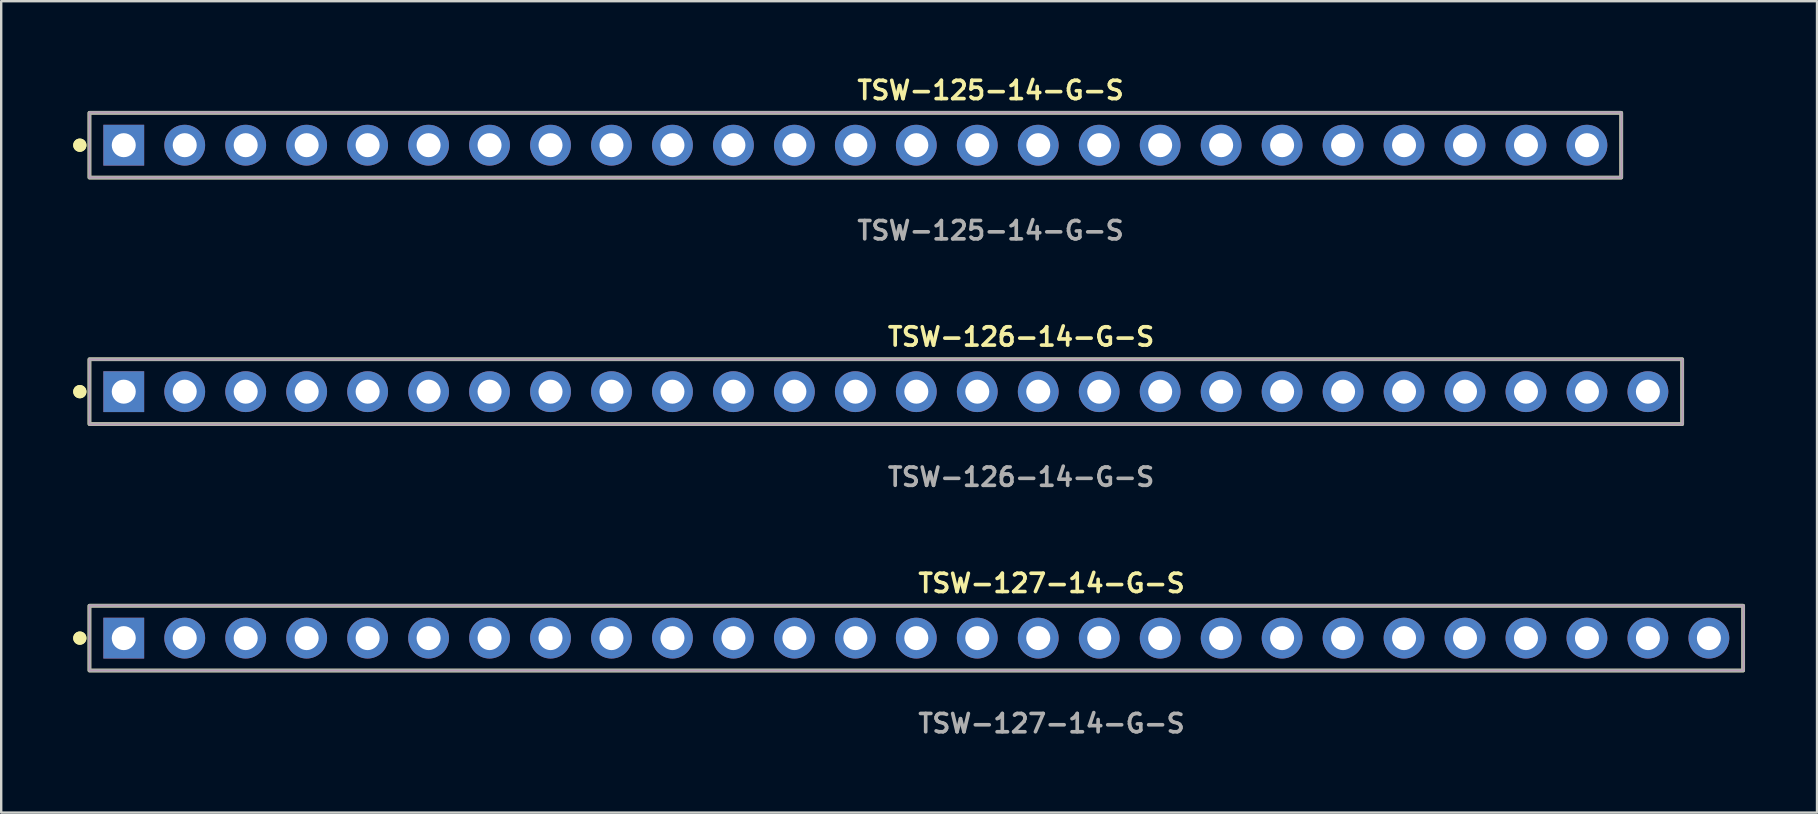
<source format=kicad_pcb>
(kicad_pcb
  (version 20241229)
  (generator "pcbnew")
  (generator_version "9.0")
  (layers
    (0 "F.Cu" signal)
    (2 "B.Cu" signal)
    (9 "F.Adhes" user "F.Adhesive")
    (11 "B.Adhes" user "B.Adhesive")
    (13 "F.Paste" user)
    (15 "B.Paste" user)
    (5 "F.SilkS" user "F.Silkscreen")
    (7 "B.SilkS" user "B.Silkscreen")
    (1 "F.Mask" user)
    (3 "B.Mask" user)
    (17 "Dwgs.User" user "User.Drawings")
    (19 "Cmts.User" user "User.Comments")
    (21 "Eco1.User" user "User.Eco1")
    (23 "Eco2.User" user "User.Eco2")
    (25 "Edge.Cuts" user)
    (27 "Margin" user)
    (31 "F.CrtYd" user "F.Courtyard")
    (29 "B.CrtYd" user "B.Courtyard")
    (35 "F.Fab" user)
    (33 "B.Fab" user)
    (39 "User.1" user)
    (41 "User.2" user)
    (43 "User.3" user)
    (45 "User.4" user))
  (footprint "TSW-125-14-G-S"
    (layer "F.Cu")
    (at 32.586 2.999)
    (property "Reference" "TSW-125-14-G-S" (at 0 -2.286 0) (unlocked yes) (layer "F.SilkS") (effects (font (size 0.762 0.762) (thickness 0.152)) (justify left)))
    (fp_rect (start -31.91 1.35) (end 31.91 -1.35) (stroke (width 0.152) (type solid)) (fill no) (layer "F.SilkS"))
    (fp_circle (center -32.31 0) (end -32.51 0) (stroke (width 0.152) (type solid)) (fill yes) (layer "F.SilkS"))
    (fp_circle (center -32.31 0) (end -32.51 0) (stroke (width 0.152) (type solid)) (fill yes) (layer "F.SilkS"))
    (fp_rect (start -31.91 1.35) (end 31.91 -1.35) (stroke (width 0.006) (type solid)) (fill no) (layer "F.CrtYd"))
    (fp_rect (start -31.91 1.35) (end 31.91 -1.35) (stroke (width 0.152) (type solid)) (fill no) (layer "F.Fab"))
    (fp_text user "${REFERENCE}" (at 0 3.556 0) (unlocked yes) (layer "F.Fab") (effects (font (size 0.762 0.762) (thickness 0.152)) (justify left)))
    (pad "1" thru_hole rect (at -30.48 0) (size 1.7 1.7) (drill 1) (layers "*.Cu" "*.Mask"))
    (pad "2" thru_hole circle (at -27.94 0) (size 1.7 1.7) (drill 1) (layers "*.Cu" "*.Mask"))
    (pad "3" thru_hole circle (at -25.4 0) (size 1.7 1.7) (drill 1) (layers "*.Cu" "*.Mask"))
    (pad "4" thru_hole circle (at -22.86 0) (size 1.7 1.7) (drill 1) (layers "*.Cu" "*.Mask"))
    (pad "5" thru_hole circle (at -20.32 0) (size 1.7 1.7) (drill 1) (layers "*.Cu" "*.Mask"))
    (pad "6" thru_hole circle (at -17.78 0) (size 1.7 1.7) (drill 1) (layers "*.Cu" "*.Mask"))
    (pad "7" thru_hole circle (at -15.24 0) (size 1.7 1.7) (drill 1) (layers "*.Cu" "*.Mask"))
    (pad "8" thru_hole circle (at -12.7 0) (size 1.7 1.7) (drill 1) (layers "*.Cu" "*.Mask"))
    (pad "9" thru_hole circle (at -10.16 0) (size 1.7 1.7) (drill 1) (layers "*.Cu" "*.Mask"))
    (pad "10" thru_hole circle (at -7.62 0) (size 1.7 1.7) (drill 1) (layers "*.Cu" "*.Mask"))
    (pad "11" thru_hole circle (at -5.08 0) (size 1.7 1.7) (drill 1) (layers "*.Cu" "*.Mask"))
    (pad "12" thru_hole circle (at -2.54 0) (size 1.7 1.7) (drill 1) (layers "*.Cu" "*.Mask"))
    (pad "13" thru_hole circle (at 0 0) (size 1.7 1.7) (drill 1) (layers "*.Cu" "*.Mask"))
    (pad "14" thru_hole circle (at 2.54 0) (size 1.7 1.7) (drill 1) (layers "*.Cu" "*.Mask"))
    (pad "15" thru_hole circle (at 5.08 0) (size 1.7 1.7) (drill 1) (layers "*.Cu" "*.Mask"))
    (pad "16" thru_hole circle (at 7.62 0) (size 1.7 1.7) (drill 1) (layers "*.Cu" "*.Mask"))
    (pad "17" thru_hole circle (at 10.16 0) (size 1.7 1.7) (drill 1) (layers "*.Cu" "*.Mask"))
    (pad "18" thru_hole circle (at 12.7 0) (size 1.7 1.7) (drill 1) (layers "*.Cu" "*.Mask"))
    (pad "19" thru_hole circle (at 15.24 0) (size 1.7 1.7) (drill 1) (layers "*.Cu" "*.Mask"))
    (pad "20" thru_hole circle (at 17.78 0) (size 1.7 1.7) (drill 1) (layers "*.Cu" "*.Mask"))
    (pad "21" thru_hole circle (at 20.32 0) (size 1.7 1.7) (drill 1) (layers "*.Cu" "*.Mask"))
    (pad "22" thru_hole circle (at 22.86 0) (size 1.7 1.7) (drill 1) (layers "*.Cu" "*.Mask"))
    (pad "23" thru_hole circle (at 25.4 0) (size 1.7 1.7) (drill 1) (layers "*.Cu" "*.Mask"))
    (pad "24" thru_hole circle (at 27.94 0) (size 1.7 1.7) (drill 1) (layers "*.Cu" "*.Mask"))
    (pad "25" thru_hole circle (at 30.48 0) (size 1.7 1.7) (drill 1) (layers "*.Cu" "*.Mask")))
  (footprint "TSW-127-14-G-S"
    (layer "F.Cu")
    (at 35.126 23.536)
    (property "Reference" "TSW-127-14-G-S" (at 0 -2.286 0) (unlocked yes) (layer "F.SilkS") (effects (font (size 0.762 0.762) (thickness 0.152)) (justify left)))
    (fp_rect (start -34.45 1.35) (end 34.45 -1.35) (stroke (width 0.152) (type solid)) (fill no) (layer "F.SilkS"))
    (fp_circle (center -34.85 0) (end -35.05 0) (stroke (width 0.152) (type solid)) (fill yes) (layer "F.SilkS"))
    (fp_circle (center -34.85 0) (end -35.05 0) (stroke (width 0.152) (type solid)) (fill yes) (layer "F.SilkS"))
    (fp_rect (start -34.45 1.35) (end 34.45 -1.35) (stroke (width 0.006) (type solid)) (fill no) (layer "F.CrtYd"))
    (fp_rect (start -34.45 1.35) (end 34.45 -1.35) (stroke (width 0.152) (type solid)) (fill no) (layer "F.Fab"))
    (fp_text user "${REFERENCE}" (at 0 3.556 0) (unlocked yes) (layer "F.Fab") (effects (font (size 0.762 0.762) (thickness 0.152)) (justify left)))
    (pad "1" thru_hole rect (at -33.02 0) (size 1.7 1.7) (drill 1) (layers "*.Cu" "*.Mask"))
    (pad "2" thru_hole circle (at -30.48 0) (size 1.7 1.7) (drill 1) (layers "*.Cu" "*.Mask"))
    (pad "3" thru_hole circle (at -27.94 0) (size 1.7 1.7) (drill 1) (layers "*.Cu" "*.Mask"))
    (pad "4" thru_hole circle (at -25.4 0) (size 1.7 1.7) (drill 1) (layers "*.Cu" "*.Mask"))
    (pad "5" thru_hole circle (at -22.86 0) (size 1.7 1.7) (drill 1) (layers "*.Cu" "*.Mask"))
    (pad "6" thru_hole circle (at -20.32 0) (size 1.7 1.7) (drill 1) (layers "*.Cu" "*.Mask"))
    (pad "7" thru_hole circle (at -17.78 0) (size 1.7 1.7) (drill 1) (layers "*.Cu" "*.Mask"))
    (pad "8" thru_hole circle (at -15.24 0) (size 1.7 1.7) (drill 1) (layers "*.Cu" "*.Mask"))
    (pad "9" thru_hole circle (at -12.7 0) (size 1.7 1.7) (drill 1) (layers "*.Cu" "*.Mask"))
    (pad "10" thru_hole circle (at -10.16 0) (size 1.7 1.7) (drill 1) (layers "*.Cu" "*.Mask"))
    (pad "11" thru_hole circle (at -7.62 0) (size 1.7 1.7) (drill 1) (layers "*.Cu" "*.Mask"))
    (pad "12" thru_hole circle (at -5.08 0) (size 1.7 1.7) (drill 1) (layers "*.Cu" "*.Mask"))
    (pad "13" thru_hole circle (at -2.54 0) (size 1.7 1.7) (drill 1) (layers "*.Cu" "*.Mask"))
    (pad "14" thru_hole circle (at 0 0) (size 1.7 1.7) (drill 1) (layers "*.Cu" "*.Mask"))
    (pad "15" thru_hole circle (at 2.54 0) (size 1.7 1.7) (drill 1) (layers "*.Cu" "*.Mask"))
    (pad "16" thru_hole circle (at 5.08 0) (size 1.7 1.7) (drill 1) (layers "*.Cu" "*.Mask"))
    (pad "17" thru_hole circle (at 7.62 0) (size 1.7 1.7) (drill 1) (layers "*.Cu" "*.Mask"))
    (pad "18" thru_hole circle (at 10.16 0) (size 1.7 1.7) (drill 1) (layers "*.Cu" "*.Mask"))
    (pad "19" thru_hole circle (at 12.7 0) (size 1.7 1.7) (drill 1) (layers "*.Cu" "*.Mask"))
    (pad "20" thru_hole circle (at 15.24 0) (size 1.7 1.7) (drill 1) (layers "*.Cu" "*.Mask"))
    (pad "21" thru_hole circle (at 17.78 0) (size 1.7 1.7) (drill 1) (layers "*.Cu" "*.Mask"))
    (pad "22" thru_hole circle (at 20.32 0) (size 1.7 1.7) (drill 1) (layers "*.Cu" "*.Mask"))
    (pad "23" thru_hole circle (at 22.86 0) (size 1.7 1.7) (drill 1) (layers "*.Cu" "*.Mask"))
    (pad "24" thru_hole circle (at 25.4 0) (size 1.7 1.7) (drill 1) (layers "*.Cu" "*.Mask"))
    (pad "25" thru_hole circle (at 27.94 0) (size 1.7 1.7) (drill 1) (layers "*.Cu" "*.Mask"))
    (pad "26" thru_hole circle (at 30.48 0) (size 1.7 1.7) (drill 1) (layers "*.Cu" "*.Mask"))
    (pad "27" thru_hole circle (at 33.02 0) (size 1.7 1.7) (drill 1) (layers "*.Cu" "*.Mask")))
  (footprint "TSW-126-14-G-S"
    (layer "F.Cu")
    (at 33.856 13.268)
    (property "Reference" "TSW-126-14-G-S" (at 0 -2.286 0) (unlocked yes) (layer "F.SilkS") (effects (font (size 0.762 0.762) (thickness 0.152)) (justify left)))
    (fp_rect (start -33.18 1.35) (end 33.18 -1.35) (stroke (width 0.152) (type solid)) (fill no) (layer "F.SilkS"))
    (fp_circle (center -33.58 0) (end -33.78 0) (stroke (width 0.152) (type solid)) (fill yes) (layer "F.SilkS"))
    (fp_circle (center -33.58 0) (end -33.78 0) (stroke (width 0.152) (type solid)) (fill yes) (layer "F.SilkS"))
    (fp_rect (start -33.18 1.35) (end 33.18 -1.35) (stroke (width 0.006) (type solid)) (fill no) (layer "F.CrtYd"))
    (fp_rect (start -33.18 1.35) (end 33.18 -1.35) (stroke (width 0.152) (type solid)) (fill no) (layer "F.Fab"))
    (fp_text user "${REFERENCE}" (at 0 3.556 0) (unlocked yes) (layer "F.Fab") (effects (font (size 0.762 0.762) (thickness 0.152)) (justify left)))
    (pad "1" thru_hole rect (at -31.75 0) (size 1.7 1.7) (drill 1) (layers "*.Cu" "*.Mask"))
    (pad "2" thru_hole circle (at -29.21 0) (size 1.7 1.7) (drill 1) (layers "*.Cu" "*.Mask"))
    (pad "3" thru_hole circle (at -26.67 0) (size 1.7 1.7) (drill 1) (layers "*.Cu" "*.Mask"))
    (pad "4" thru_hole circle (at -24.13 0) (size 1.7 1.7) (drill 1) (layers "*.Cu" "*.Mask"))
    (pad "5" thru_hole circle (at -21.59 0) (size 1.7 1.7) (drill 1) (layers "*.Cu" "*.Mask"))
    (pad "6" thru_hole circle (at -19.05 0) (size 1.7 1.7) (drill 1) (layers "*.Cu" "*.Mask"))
    (pad "7" thru_hole circle (at -16.51 0) (size 1.7 1.7) (drill 1) (layers "*.Cu" "*.Mask"))
    (pad "8" thru_hole circle (at -13.97 0) (size 1.7 1.7) (drill 1) (layers "*.Cu" "*.Mask"))
    (pad "9" thru_hole circle (at -11.43 0) (size 1.7 1.7) (drill 1) (layers "*.Cu" "*.Mask"))
    (pad "10" thru_hole circle (at -8.89 0) (size 1.7 1.7) (drill 1) (layers "*.Cu" "*.Mask"))
    (pad "11" thru_hole circle (at -6.35 0) (size 1.7 1.7) (drill 1) (layers "*.Cu" "*.Mask"))
    (pad "12" thru_hole circle (at -3.81 0) (size 1.7 1.7) (drill 1) (layers "*.Cu" "*.Mask"))
    (pad "13" thru_hole circle (at -1.27 0) (size 1.7 1.7) (drill 1) (layers "*.Cu" "*.Mask"))
    (pad "14" thru_hole circle (at 1.27 0) (size 1.7 1.7) (drill 1) (layers "*.Cu" "*.Mask"))
    (pad "15" thru_hole circle (at 3.81 0) (size 1.7 1.7) (drill 1) (layers "*.Cu" "*.Mask"))
    (pad "16" thru_hole circle (at 6.35 0) (size 1.7 1.7) (drill 1) (layers "*.Cu" "*.Mask"))
    (pad "17" thru_hole circle (at 8.89 0) (size 1.7 1.7) (drill 1) (layers "*.Cu" "*.Mask"))
    (pad "18" thru_hole circle (at 11.43 0) (size 1.7 1.7) (drill 1) (layers "*.Cu" "*.Mask"))
    (pad "19" thru_hole circle (at 13.97 0) (size 1.7 1.7) (drill 1) (layers "*.Cu" "*.Mask"))
    (pad "20" thru_hole circle (at 16.51 0) (size 1.7 1.7) (drill 1) (layers "*.Cu" "*.Mask"))
    (pad "21" thru_hole circle (at 19.05 0) (size 1.7 1.7) (drill 1) (layers "*.Cu" "*.Mask"))
    (pad "22" thru_hole circle (at 21.59 0) (size 1.7 1.7) (drill 1) (layers "*.Cu" "*.Mask"))
    (pad "23" thru_hole circle (at 24.13 0) (size 1.7 1.7) (drill 1) (layers "*.Cu" "*.Mask"))
    (pad "24" thru_hole circle (at 26.67 0) (size 1.7 1.7) (drill 1) (layers "*.Cu" "*.Mask"))
    (pad "25" thru_hole circle (at 29.21 0) (size 1.7 1.7) (drill 1) (layers "*.Cu" "*.Mask"))
    (pad "26" thru_hole circle (at 31.75 0) (size 1.7 1.7) (drill 1) (layers "*.Cu" "*.Mask")))
  (gr_rect
    (start -3 -3)
    (end 72.652 30.805)
    (stroke (width 0.1) (type default))
    (fill no)
    (layer "Edge.Cuts")))
</source>
